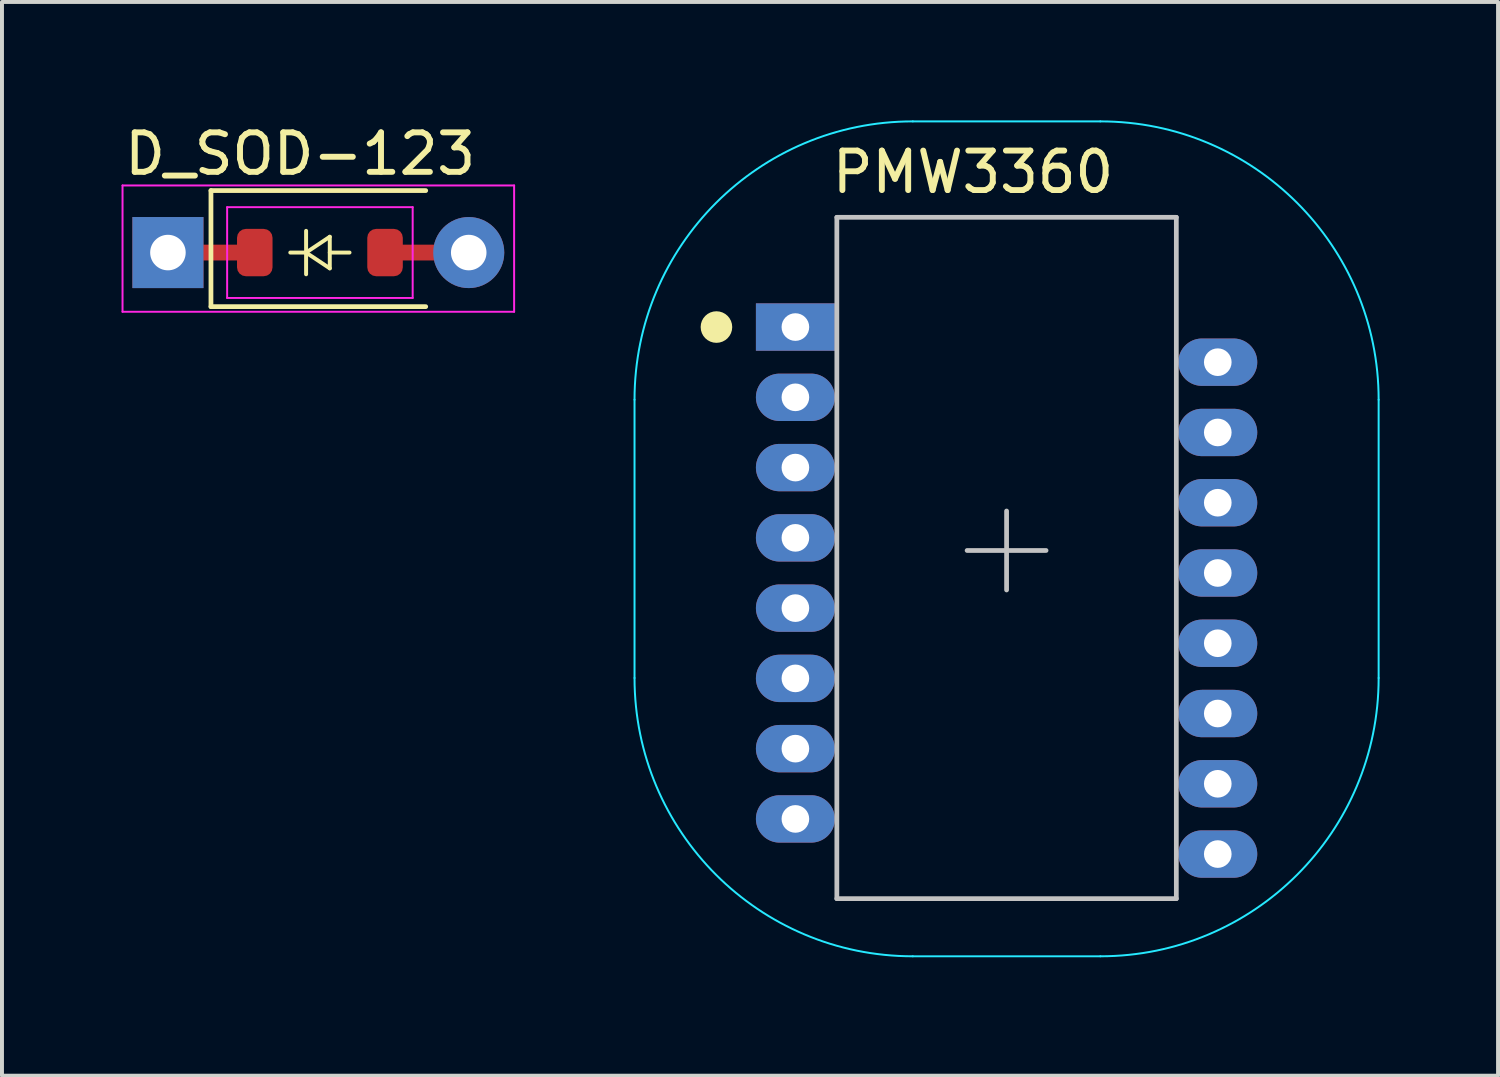
<source format=kicad_pcb>
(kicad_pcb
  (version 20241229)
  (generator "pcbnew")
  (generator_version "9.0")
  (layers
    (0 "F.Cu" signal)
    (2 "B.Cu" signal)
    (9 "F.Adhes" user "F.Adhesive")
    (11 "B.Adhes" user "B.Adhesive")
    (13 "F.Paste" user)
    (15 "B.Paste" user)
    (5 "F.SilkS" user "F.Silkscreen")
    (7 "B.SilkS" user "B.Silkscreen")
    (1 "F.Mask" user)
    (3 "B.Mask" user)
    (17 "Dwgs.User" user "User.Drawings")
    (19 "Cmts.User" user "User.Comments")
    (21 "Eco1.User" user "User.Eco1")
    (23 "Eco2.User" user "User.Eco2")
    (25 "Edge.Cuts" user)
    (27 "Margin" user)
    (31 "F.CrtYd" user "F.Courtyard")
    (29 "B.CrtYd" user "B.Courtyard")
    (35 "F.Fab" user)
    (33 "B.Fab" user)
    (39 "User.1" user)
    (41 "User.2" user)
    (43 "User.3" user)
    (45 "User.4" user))
  (footprint "PMW3360"
    (layer "F.Cu")
    (at 17.099 5.235)
    (property "Reference" "PMW3360" (at 4.5 -3.925 0) (layer "F.SilkS") (effects (font (size 1 1) (thickness 0.15))))
    (attr through_hole)
    (fp_circle (center -2 0) (end -1.8 0) (stroke (width 0.4) (type solid)) (fill no) (layer "F.SilkS"))
    (fp_line (start 1.05 -2.78) (end 1.05 14.48) (stroke (width 0.12) (type solid)) (layer "Dwgs.User"))
    (fp_line (start 1.05 -2.78) (end 9.65 -2.78) (stroke (width 0.12) (type solid)) (layer "Dwgs.User"))
    (fp_line (start 1.05 14.48) (end 9.65 14.48) (stroke (width 0.12) (type solid)) (layer "Dwgs.User"))
    (fp_line (start 4.35 5.66) (end 6.35 5.66) (stroke (width 0.12) (type solid)) (layer "Dwgs.User"))
    (fp_line (start 5.35 4.66) (end 5.35 6.66) (stroke (width 0.12) (type solid)) (layer "Dwgs.User"))
    (fp_line (start 9.65 -2.78) (end 9.65 14.48) (stroke (width 0.12) (type solid)) (layer "Dwgs.User"))
    (fp_line (start -4.075 1.84) (end -4.075 8.89) (stroke (width 0.05) (type solid)) (layer "B.CrtYd"))
    (fp_line (start 2.975 -5.21) (end 7.725 -5.21) (stroke (width 0.05) (type solid)) (layer "B.CrtYd"))
    (fp_line (start 2.975 15.94) (end 7.725 15.94) (stroke (width 0.05) (type solid)) (layer "B.CrtYd"))
    (fp_line (start 14.775 1.84) (end 14.775 8.89) (stroke (width 0.05) (type solid)) (layer "B.CrtYd"))
    (fp_arc (start -4.075 1.84) (mid -2.010103 -3.145103) (end 2.975 -5.21) (stroke (width 0.05) (type solid)) (layer "B.CrtYd"))
    (fp_arc (start 2.975 15.94) (mid -2.010103 13.875103) (end -4.075 8.89) (stroke (width 0.05) (type solid)) (layer "B.CrtYd"))
    (fp_arc (start 7.725 -5.21) (mid 12.710103 -3.145103) (end 14.775 1.84) (stroke (width 0.05) (type solid)) (layer "B.CrtYd"))
    (fp_arc (start 14.775 8.89) (mid 12.710103 13.875103) (end 7.725 15.94) (stroke (width 0.05) (type solid)) (layer "B.CrtYd"))
    (pad "1" thru_hole rect (at 0 0) (size 2 1.2) (drill 0.7) (layers "*.Cu" "*.Mask"))
    (pad "2" thru_hole oval (at 0 1.78) (size 2 1.2) (drill 0.7) (layers "*.Cu" "*.Mask"))
    (pad "3" thru_hole oval (at 0 3.56) (size 2 1.2) (drill 0.7) (layers "*.Cu" "*.Mask"))
    (pad "4" thru_hole oval (at 0 5.34) (size 2 1.2) (drill 0.7) (layers "*.Cu" "*.Mask"))
    (pad "5" thru_hole oval (at 0 7.12) (size 2 1.2) (drill 0.7) (layers "*.Cu" "*.Mask"))
    (pad "6" thru_hole oval (at 0 8.9) (size 2 1.2) (drill 0.7) (layers "*.Cu" "*.Mask"))
    (pad "7" thru_hole oval (at 0 10.68) (size 2 1.2) (drill 0.7) (layers "*.Cu" "*.Mask"))
    (pad "8" thru_hole oval (at 0 12.46) (size 2 1.2) (drill 0.7) (layers "*.Cu" "*.Mask"))
    (pad "9" thru_hole oval (at 10.7 13.35) (size 2 1.2) (drill 0.7) (layers "*.Cu" "*.Mask"))
    (pad "10" thru_hole oval (at 10.7 11.57) (size 2 1.2) (drill 0.7) (layers "*.Cu" "*.Mask"))
    (pad "11" thru_hole oval (at 10.7 9.79) (size 2 1.2) (drill 0.7) (layers "*.Cu" "*.Mask"))
    (pad "12" thru_hole oval (at 10.7 8.01) (size 2 1.2) (drill 0.7) (layers "*.Cu" "*.Mask"))
    (pad "13" thru_hole oval (at 10.7 6.23) (size 2 1.2) (drill 0.7) (layers "*.Cu" "*.Mask"))
    (pad "14" thru_hole oval (at 10.7 4.45) (size 2 1.2) (drill 0.7) (layers "*.Cu" "*.Mask"))
    (pad "15" thru_hole oval (at 10.7 2.67) (size 2 1.2) (drill 0.7) (layers "*.Cu" "*.Mask"))
    (pad "16" thru_hole oval (at 10.7 0.89) (size 2 1.2) (drill 0.7) (layers "*.Cu" "*.Mask")))
  (footprint "D_SOD-123"
    (layer "F.Cu")
    (at 5.054 3.348)
    (property "Reference" "D_SOD-123" (at -0.5 -2.5 0) (layer "F.SilkS") (effects (font (size 1 1) (thickness 0.15))))
    (attr smd)
    (fp_line (start -3.85 0) (end -1.65 0) (stroke (width 0.4) (type solid)) (layer "F.Cu"))
    (fp_line (start 1.65 0) (end 3.77 0) (stroke (width 0.4) (type solid)) (layer "F.Cu"))
    (fp_line (start -2.76 -1.57) (end 2.68 -1.57) (stroke (width 0.12) (type solid)) (layer "F.SilkS"))
    (fp_line (start -2.76 1.37) (end -2.76 -1.57) (stroke (width 0.12) (type solid)) (layer "F.SilkS"))
    (fp_line (start -2.76 1.37) (end 2.68 1.37) (stroke (width 0.12) (type solid)) (layer "F.SilkS"))
    (fp_line (start -0.75 0) (end -0.35 0) (stroke (width 0.1) (type solid)) (layer "F.SilkS"))
    (fp_line (start -0.35 0) (end -0.35 -0.55) (stroke (width 0.1) (type solid)) (layer "F.SilkS"))
    (fp_line (start -0.35 0) (end -0.35 0.55) (stroke (width 0.1) (type solid)) (layer "F.SilkS"))
    (fp_line (start -0.35 0) (end 0.25 -0.4) (stroke (width 0.1) (type solid)) (layer "F.SilkS"))
    (fp_line (start 0.25 -0.4) (end 0.25 0.4) (stroke (width 0.1) (type solid)) (layer "F.SilkS"))
    (fp_line (start 0.25 0) (end 0.75 0) (stroke (width 0.1) (type solid)) (layer "F.SilkS"))
    (fp_line (start 0.25 0.4) (end -0.35 0) (stroke (width 0.1) (type solid)) (layer "F.SilkS"))
    (fp_line (start -5 -1.7) (end -5 1.5) (stroke (width 0.05) (type solid)) (layer "F.CrtYd"))
    (fp_line (start -5 1.5) (end 4.92 1.5) (stroke (width 0.05) (type solid)) (layer "F.CrtYd"))
    (fp_line (start -2.35 -1.15) (end -2.35 1.15) (stroke (width 0.05) (type solid)) (layer "F.CrtYd"))
    (fp_line (start -2.35 -1.15) (end 2.35 -1.15) (stroke (width 0.05) (type solid)) (layer "F.CrtYd"))
    (fp_line (start 2.35 -1.15) (end 2.35 1.15) (stroke (width 0.05) (type solid)) (layer "F.CrtYd"))
    (fp_line (start 2.35 1.15) (end -2.35 1.15) (stroke (width 0.05) (type solid)) (layer "F.CrtYd"))
    (fp_line (start 4.92 -1.7) (end -5 -1.7) (stroke (width 0.05) (type solid)) (layer "F.CrtYd"))
    (fp_line (start 4.92 1.5) (end 4.92 -1.7) (stroke (width 0.05) (type solid)) (layer "F.CrtYd"))
    (pad "1" thru_hole rect (at -3.85 0) (size 1.8 1.8) (drill 0.9) (layers "*.Cu" "*.Mask"))
    (pad "1" smd roundrect (at -1.65 0) (size 0.9 1.2) (layers "F.Cu" "F.Mask" "F.Paste") (roundrect_rratio 0.25))
    (pad "2" smd roundrect (at 1.65 0) (size 0.9 1.2) (layers "F.Cu" "F.Mask" "F.Paste") (roundrect_rratio 0.25))
    (pad "2" thru_hole oval (at 3.77 0) (size 1.8 1.8) (drill 0.9) (layers "*.Cu" "*.Mask")))
  (gr_rect
    (start -3 -3)
    (end 34.899 24.2)
    (stroke (width 0.1) (type default))
    (fill no)
    (layer "Edge.Cuts")))
</source>
